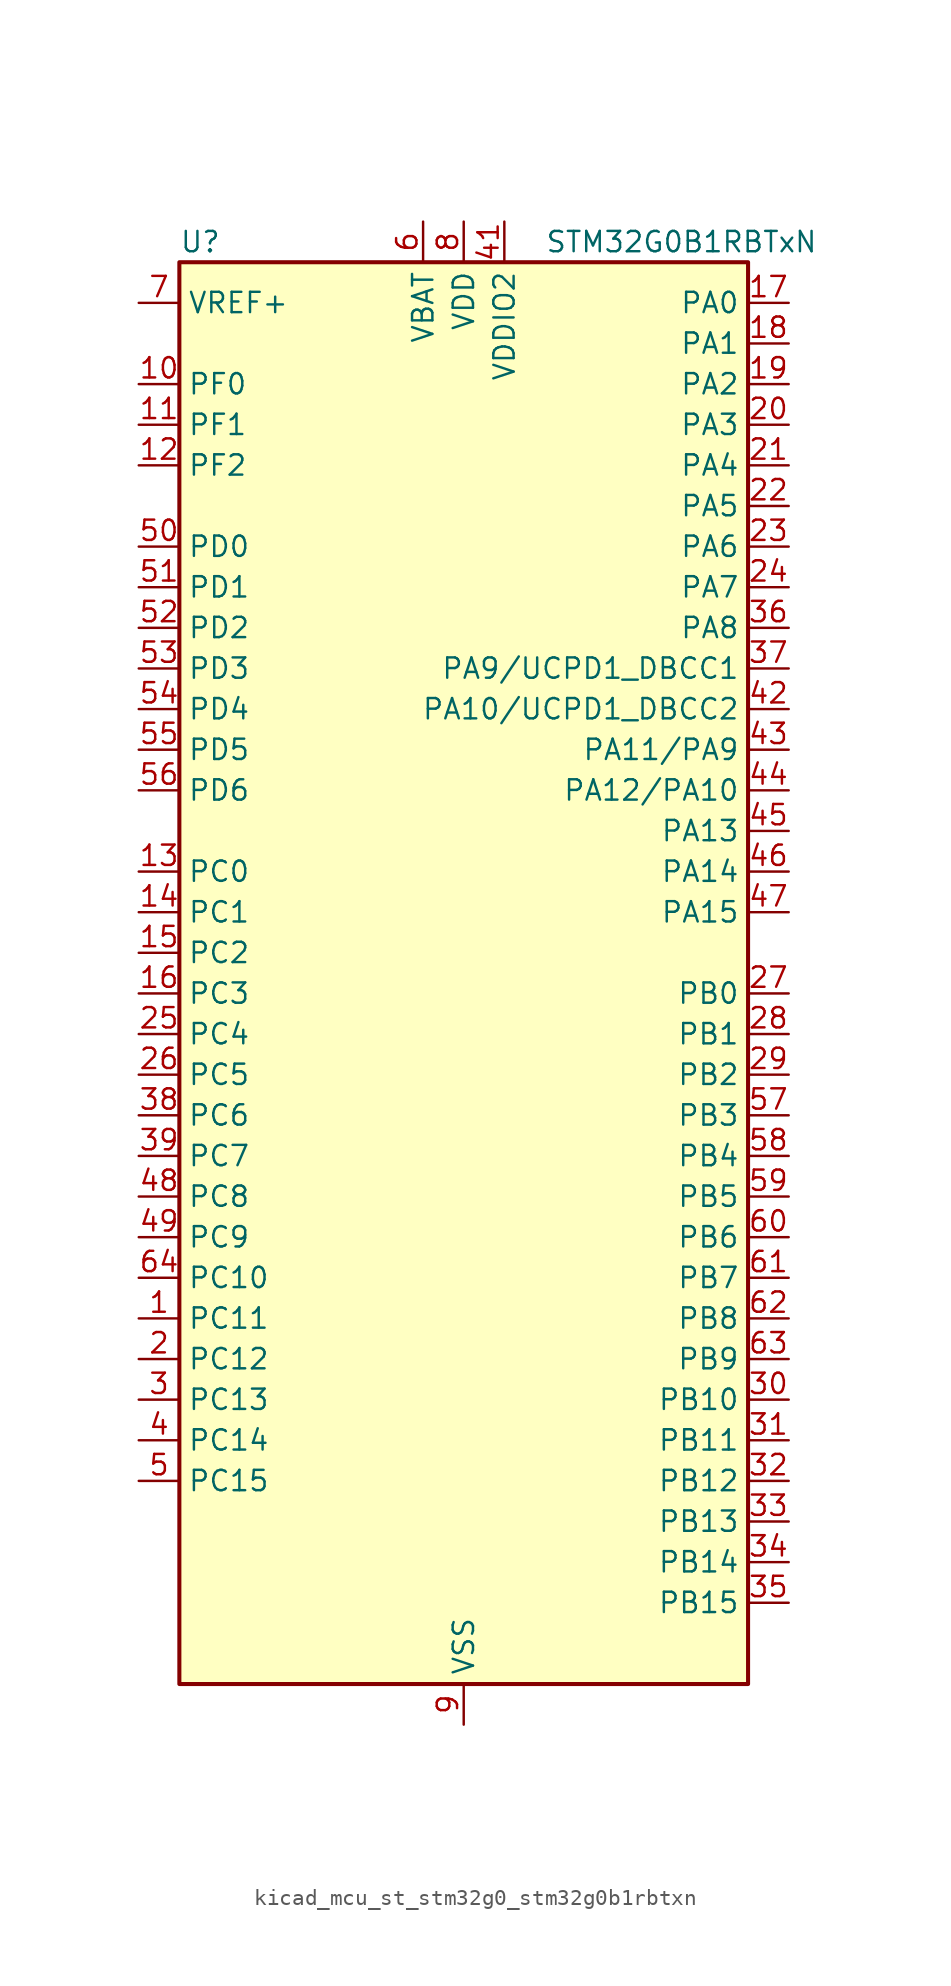
<source format=kicad_sym>
(kicad_symbol_lib
  (version 20220914)
  (generator kicad_symbol_editor)
  (symbol "kicad_mcu_st_stm32g0_stm32g0b1rbtxn"
    (property "Reference" "U"
      (at -17.78 46.99 0)
      (effects (font (size 1.27 1.27)) (justify left)))
    (property "Value" "STM32G0B1RBTxN"
      (at 5.08 46.99 0)
      (effects (font (size 1.27 1.27)) (justify left)))
    (property "ki_locked" ""
      (at 0 0 0)
      (effects (font (size 1.27 1.27))))
    (symbol "kicad_mcu_st_stm32g0_stm32g0b1rbtxn_0_1"
      (rectangle (start -17.78 -43.18) (end 17.78 45.72) (stroke (width 0.254) (type default)) (fill (type background))))
    (symbol "kicad_mcu_st_stm32g0_stm32g0b1rbtxn_1_1"
      (pin bidirectional line (at -20.32 -20.32 0) (length 2.54) (name "PC11" (effects (font (size 1.27 1.27)))) (number "1" (effects (font (size 1.27 1.27)))) (alternate "ADC1_EXTI11" bidirectional line) (alternate "SPI3_MISO" bidirectional line) (alternate "TIM1_CH4" bidirectional line) (alternate "USART3_RX" bidirectional line) (alternate "USART4_RX" bidirectional line))
      (pin bidirectional line (at -20.32 38.1 0) (length 2.54) (name "PF0" (effects (font (size 1.27 1.27)))) (number "10" (effects (font (size 1.27 1.27)))) (alternate "CRS1_SYNC" bidirectional line) (alternate "RCC_OSC_IN" bidirectional line) (alternate "TIM14_CH1" bidirectional line))
      (pin bidirectional line (at -20.32 35.56 0) (length 2.54) (name "PF1" (effects (font (size 1.27 1.27)))) (number "11" (effects (font (size 1.27 1.27)))) (alternate "RCC_OSC_EN" bidirectional line) (alternate "RCC_OSC_OUT" bidirectional line) (alternate "TIM15_CH1N" bidirectional line))
      (pin bidirectional line (at -20.32 33.02 0) (length 2.54) (name "PF2" (effects (font (size 1.27 1.27)))) (number "12" (effects (font (size 1.27 1.27)))) (alternate "LPUART2_DE" bidirectional line) (alternate "LPUART2_RTS" bidirectional line) (alternate "LPUART2_TX" bidirectional line) (alternate "RCC_MCO" bidirectional line))
      (pin bidirectional line (at -20.32 7.62 0) (length 2.54) (name "PC0" (effects (font (size 1.27 1.27)))) (number "13" (effects (font (size 1.27 1.27)))) (alternate "COMP3_INM" bidirectional line) (alternate "COMP3_OUT" bidirectional line) (alternate "I2C3_SCL" bidirectional line) (alternate "LPTIM1_IN1" bidirectional line) (alternate "LPTIM2_IN1" bidirectional line) (alternate "LPUART1_RX" bidirectional line) (alternate "LPUART2_TX" bidirectional line) (alternate "USART6_TX" bidirectional line))
      (pin bidirectional line (at -20.32 5.08 0) (length 2.54) (name "PC1" (effects (font (size 1.27 1.27)))) (number "14" (effects (font (size 1.27 1.27)))) (alternate "COMP3_INP" bidirectional line) (alternate "I2C3_SDA" bidirectional line) (alternate "LPTIM1_OUT" bidirectional line) (alternate "LPUART1_TX" bidirectional line) (alternate "LPUART2_RX" bidirectional line) (alternate "TIM15_CH1" bidirectional line) (alternate "USART6_RX" bidirectional line))
      (pin bidirectional line (at -20.32 2.54 0) (length 2.54) (name "PC2" (effects (font (size 1.27 1.27)))) (number "15" (effects (font (size 1.27 1.27)))) (alternate "COMP3_OUT" bidirectional line) (alternate "FDCAN2_RX" bidirectional line) (alternate "I2S2_MCK" bidirectional line) (alternate "LPTIM1_IN2" bidirectional line) (alternate "SPI2_MISO" bidirectional line) (alternate "TIM15_CH2" bidirectional line))
      (pin bidirectional line (at -20.32 0 0) (length 2.54) (name "PC3" (effects (font (size 1.27 1.27)))) (number "16" (effects (font (size 1.27 1.27)))) (alternate "FDCAN2_TX" bidirectional line) (alternate "I2S2_SD" bidirectional line) (alternate "LPTIM1_ETR" bidirectional line) (alternate "LPTIM2_ETR" bidirectional line) (alternate "SPI2_MOSI" bidirectional line))
      (pin bidirectional line (at 20.32 43.18 180) (length 2.54) (name "PA0" (effects (font (size 1.27 1.27)))) (number "17" (effects (font (size 1.27 1.27)))) (alternate "ADC1_IN0" bidirectional line) (alternate "COMP1_INM" bidirectional line) (alternate "COMP1_OUT" bidirectional line) (alternate "I2S2_CK" bidirectional line) (alternate "LPTIM1_OUT" bidirectional line) (alternate "RTC_TAMP_IN2" bidirectional line) (alternate "SPI2_SCK" bidirectional line) (alternate "SYS_WKUP1" bidirectional line) (alternate "TIM2_CH1" bidirectional line) (alternate "TIM2_ETR" bidirectional line) (alternate "UCPD2_FRSTX1" bidirectional line) (alternate "UCPD2_FRSTX2" bidirectional line) (alternate "USART2_CTS" bidirectional line) (alternate "USART2_NSS" bidirectional line) (alternate "USART4_TX" bidirectional line))
      (pin bidirectional line (at 20.32 40.64 180) (length 2.54) (name "PA1" (effects (font (size 1.27 1.27)))) (number "18" (effects (font (size 1.27 1.27)))) (alternate "ADC1_IN1" bidirectional line) (alternate "COMP1_INP" bidirectional line) (alternate "I2C1_SMBA" bidirectional line) (alternate "I2S1_CK" bidirectional line) (alternate "SPI1_SCK" bidirectional line) (alternate "TIM15_CH1N" bidirectional line) (alternate "TIM2_CH2" bidirectional line) (alternate "USART2_CK" bidirectional line) (alternate "USART2_DE" bidirectional line) (alternate "USART2_RTS" bidirectional line) (alternate "USART4_RX" bidirectional line))
      (pin bidirectional line (at 20.32 38.1 180) (length 2.54) (name "PA2" (effects (font (size 1.27 1.27)))) (number "19" (effects (font (size 1.27 1.27)))) (alternate "ADC1_IN2" bidirectional line) (alternate "COMP2_INM" bidirectional line) (alternate "COMP2_OUT" bidirectional line) (alternate "I2S1_SD" bidirectional line) (alternate "LPUART1_TX" bidirectional line) (alternate "RCC_LSCO" bidirectional line) (alternate "SPI1_MOSI" bidirectional line) (alternate "SYS_WKUP4" bidirectional line) (alternate "TIM15_CH1" bidirectional line) (alternate "TIM2_CH3" bidirectional line) (alternate "UCPD1_FRSTX1" bidirectional line) (alternate "UCPD1_FRSTX2" bidirectional line) (alternate "USART2_TX" bidirectional line))
      (pin bidirectional line (at -20.32 -22.86 0) (length 2.54) (name "PC12" (effects (font (size 1.27 1.27)))) (number "2" (effects (font (size 1.27 1.27)))) (alternate "LPTIM1_IN1" bidirectional line) (alternate "SPI3_MOSI" bidirectional line) (alternate "TIM14_CH1" bidirectional line) (alternate "UCPD1_FRSTX1" bidirectional line) (alternate "UCPD1_FRSTX2" bidirectional line) (alternate "USART5_TX" bidirectional line))
      (pin bidirectional line (at 20.32 35.56 180) (length 2.54) (name "PA3" (effects (font (size 1.27 1.27)))) (number "20" (effects (font (size 1.27 1.27)))) (alternate "ADC1_IN3" bidirectional line) (alternate "COMP2_INP" bidirectional line) (alternate "I2S2_MCK" bidirectional line) (alternate "LPUART1_RX" bidirectional line) (alternate "SPI2_MISO" bidirectional line) (alternate "TIM15_CH2" bidirectional line) (alternate "TIM2_CH4" bidirectional line) (alternate "UCPD2_FRSTX1" bidirectional line) (alternate "UCPD2_FRSTX2" bidirectional line) (alternate "USART2_RX" bidirectional line))
      (pin bidirectional line (at 20.32 33.02 180) (length 2.54) (name "PA4" (effects (font (size 1.27 1.27)))) (number "21" (effects (font (size 1.27 1.27)))) (alternate "ADC1_IN4" bidirectional line) (alternate "DAC1_OUT1" bidirectional line) (alternate "I2S1_WS" bidirectional line) (alternate "I2S2_SD" bidirectional line) (alternate "LPTIM2_OUT" bidirectional line) (alternate "RTC_OUT2" bidirectional line) (alternate "SPI1_NSS" bidirectional line) (alternate "SPI2_MOSI" bidirectional line) (alternate "SPI3_NSS" bidirectional line) (alternate "TIM14_CH1" bidirectional line) (alternate "UCPD2_FRSTX1" bidirectional line) (alternate "UCPD2_FRSTX2" bidirectional line) (alternate "USART6_TX" bidirectional line) (alternate "USB_NOE" bidirectional line))
      (pin bidirectional line (at 20.32 30.48 180) (length 2.54) (name "PA5" (effects (font (size 1.27 1.27)))) (number "22" (effects (font (size 1.27 1.27)))) (alternate "ADC1_IN5" bidirectional line) (alternate "CEC" bidirectional line) (alternate "DAC1_OUT2" bidirectional line) (alternate "I2S1_CK" bidirectional line) (alternate "LPTIM2_ETR" bidirectional line) (alternate "SPI1_SCK" bidirectional line) (alternate "TIM2_CH1" bidirectional line) (alternate "TIM2_ETR" bidirectional line) (alternate "UCPD1_FRSTX1" bidirectional line) (alternate "UCPD1_FRSTX2" bidirectional line) (alternate "USART3_TX" bidirectional line) (alternate "USART6_RX" bidirectional line))
      (pin bidirectional line (at 20.32 27.94 180) (length 2.54) (name "PA6" (effects (font (size 1.27 1.27)))) (number "23" (effects (font (size 1.27 1.27)))) (alternate "ADC1_IN6" bidirectional line) (alternate "COMP1_OUT" bidirectional line) (alternate "I2C2_SDA" bidirectional line) (alternate "I2C3_SDA" bidirectional line) (alternate "I2S1_MCK" bidirectional line) (alternate "LPUART1_CTS" bidirectional line) (alternate "SPI1_MISO" bidirectional line) (alternate "TIM16_CH1" bidirectional line) (alternate "TIM1_BK" bidirectional line) (alternate "TIM3_CH1" bidirectional line) (alternate "USART3_CTS" bidirectional line) (alternate "USART3_NSS" bidirectional line) (alternate "USART6_CTS" bidirectional line) (alternate "USART6_NSS" bidirectional line))
      (pin bidirectional line (at 20.32 25.4 180) (length 2.54) (name "PA7" (effects (font (size 1.27 1.27)))) (number "24" (effects (font (size 1.27 1.27)))) (alternate "ADC1_IN7" bidirectional line) (alternate "COMP2_OUT" bidirectional line) (alternate "I2C2_SCL" bidirectional line) (alternate "I2C3_SCL" bidirectional line) (alternate "I2S1_SD" bidirectional line) (alternate "SPI1_MOSI" bidirectional line) (alternate "TIM14_CH1" bidirectional line) (alternate "TIM17_CH1" bidirectional line) (alternate "TIM1_CH1N" bidirectional line) (alternate "TIM3_CH2" bidirectional line) (alternate "UCPD1_FRSTX1" bidirectional line) (alternate "UCPD1_FRSTX2" bidirectional line) (alternate "USART6_CK" bidirectional line) (alternate "USART6_DE" bidirectional line) (alternate "USART6_RTS" bidirectional line))
      (pin bidirectional line (at -20.32 -2.54 0) (length 2.54) (name "PC4" (effects (font (size 1.27 1.27)))) (number "25" (effects (font (size 1.27 1.27)))) (alternate "ADC1_IN17" bidirectional line) (alternate "COMP1_INM" bidirectional line) (alternate "FDCAN1_RX" bidirectional line) (alternate "TIM2_CH1" bidirectional line) (alternate "TIM2_ETR" bidirectional line) (alternate "USART1_TX" bidirectional line) (alternate "USART3_TX" bidirectional line))
      (pin bidirectional line (at -20.32 -5.08 0) (length 2.54) (name "PC5" (effects (font (size 1.27 1.27)))) (number "26" (effects (font (size 1.27 1.27)))) (alternate "ADC1_IN18" bidirectional line) (alternate "COMP1_INP" bidirectional line) (alternate "FDCAN1_TX" bidirectional line) (alternate "SYS_WKUP5" bidirectional line) (alternate "TIM2_CH2" bidirectional line) (alternate "USART1_RX" bidirectional line) (alternate "USART3_RX" bidirectional line))
      (pin bidirectional line (at 20.32 0 180) (length 2.54) (name "PB0" (effects (font (size 1.27 1.27)))) (number "27" (effects (font (size 1.27 1.27)))) (alternate "ADC1_IN8" bidirectional line) (alternate "COMP1_OUT" bidirectional line) (alternate "COMP3_INP" bidirectional line) (alternate "FDCAN2_RX" bidirectional line) (alternate "I2S1_WS" bidirectional line) (alternate "LPTIM1_OUT" bidirectional line) (alternate "LPUART2_CTS" bidirectional line) (alternate "SPI1_NSS" bidirectional line) (alternate "TIM1_CH2N" bidirectional line) (alternate "TIM3_CH3" bidirectional line) (alternate "UCPD1_FRSTX1" bidirectional line) (alternate "UCPD1_FRSTX2" bidirectional line) (alternate "USART3_RX" bidirectional line) (alternate "USART5_TX" bidirectional line))
      (pin bidirectional line (at 20.32 -2.54 180) (length 2.54) (name "PB1" (effects (font (size 1.27 1.27)))) (number "28" (effects (font (size 1.27 1.27)))) (alternate "ADC1_IN9" bidirectional line) (alternate "COMP1_INM" bidirectional line) (alternate "COMP3_OUT" bidirectional line) (alternate "FDCAN2_TX" bidirectional line) (alternate "LPTIM2_IN1" bidirectional line) (alternate "LPUART1_DE" bidirectional line) (alternate "LPUART1_RTS" bidirectional line) (alternate "LPUART2_DE" bidirectional line) (alternate "LPUART2_RTS" bidirectional line) (alternate "TIM14_CH1" bidirectional line) (alternate "TIM1_CH3N" bidirectional line) (alternate "TIM3_CH4" bidirectional line) (alternate "USART3_CK" bidirectional line) (alternate "USART3_DE" bidirectional line) (alternate "USART3_RTS" bidirectional line) (alternate "USART5_RX" bidirectional line))
      (pin bidirectional line (at 20.32 -5.08 180) (length 2.54) (name "PB2" (effects (font (size 1.27 1.27)))) (number "29" (effects (font (size 1.27 1.27)))) (alternate "ADC1_IN10" bidirectional line) (alternate "COMP1_INP" bidirectional line) (alternate "COMP3_INM" bidirectional line) (alternate "I2S2_MCK" bidirectional line) (alternate "LPTIM1_OUT" bidirectional line) (alternate "RCC_MCO_2" bidirectional line) (alternate "SPI2_MISO" bidirectional line) (alternate "USART3_TX" bidirectional line))
      (pin bidirectional line (at -20.32 -25.4 0) (length 2.54) (name "PC13" (effects (font (size 1.27 1.27)))) (number "3" (effects (font (size 1.27 1.27)))) (alternate "RTC_OUT1" bidirectional line) (alternate "RTC_TAMP_IN1" bidirectional line) (alternate "RTC_TS" bidirectional line) (alternate "SYS_WKUP2" bidirectional line) (alternate "TIM1_BK" bidirectional line))
      (pin bidirectional line (at 20.32 -25.4 180) (length 2.54) (name "PB10" (effects (font (size 1.27 1.27)))) (number "30" (effects (font (size 1.27 1.27)))) (alternate "ADC1_IN11" bidirectional line) (alternate "CEC" bidirectional line) (alternate "COMP1_OUT" bidirectional line) (alternate "I2C2_SCL" bidirectional line) (alternate "I2S2_CK" bidirectional line) (alternate "LPUART1_RX" bidirectional line) (alternate "SPI2_SCK" bidirectional line) (alternate "TIM2_CH3" bidirectional line) (alternate "USART3_TX" bidirectional line))
      (pin bidirectional line (at 20.32 -27.94 180) (length 2.54) (name "PB11" (effects (font (size 1.27 1.27)))) (number "31" (effects (font (size 1.27 1.27)))) (alternate "ADC1_EXTI11" bidirectional line) (alternate "ADC1_IN15" bidirectional line) (alternate "COMP2_OUT" bidirectional line) (alternate "I2C2_SDA" bidirectional line) (alternate "I2S2_SD" bidirectional line) (alternate "LPUART1_TX" bidirectional line) (alternate "SPI2_MOSI" bidirectional line) (alternate "TIM2_CH4" bidirectional line) (alternate "USART3_RX" bidirectional line))
      (pin bidirectional line (at 20.32 -30.48 180) (length 2.54) (name "PB12" (effects (font (size 1.27 1.27)))) (number "32" (effects (font (size 1.27 1.27)))) (alternate "ADC1_IN16" bidirectional line) (alternate "FDCAN2_RX" bidirectional line) (alternate "I2C2_SMBA" bidirectional line) (alternate "I2S2_WS" bidirectional line) (alternate "LPUART1_DE" bidirectional line) (alternate "LPUART1_RTS" bidirectional line) (alternate "SPI2_NSS" bidirectional line) (alternate "TIM15_BK" bidirectional line) (alternate "TIM1_BK" bidirectional line) (alternate "UCPD2_FRSTX1" bidirectional line) (alternate "UCPD2_FRSTX2" bidirectional line))
      (pin bidirectional line (at 20.32 -33.02 180) (length 2.54) (name "PB13" (effects (font (size 1.27 1.27)))) (number "33" (effects (font (size 1.27 1.27)))) (alternate "FDCAN2_TX" bidirectional line) (alternate "I2C2_SCL" bidirectional line) (alternate "I2S2_CK" bidirectional line) (alternate "LPUART1_CTS" bidirectional line) (alternate "SPI2_SCK" bidirectional line) (alternate "TIM15_CH1N" bidirectional line) (alternate "TIM1_CH1N" bidirectional line) (alternate "USART3_CTS" bidirectional line) (alternate "USART3_NSS" bidirectional line))
      (pin bidirectional line (at 20.32 -35.56 180) (length 2.54) (name "PB14" (effects (font (size 1.27 1.27)))) (number "34" (effects (font (size 1.27 1.27)))) (alternate "I2C2_SDA" bidirectional line) (alternate "I2S2_MCK" bidirectional line) (alternate "SPI2_MISO" bidirectional line) (alternate "TIM15_CH1" bidirectional line) (alternate "TIM1_CH2N" bidirectional line) (alternate "UCPD1_FRSTX1" bidirectional line) (alternate "UCPD1_FRSTX2" bidirectional line) (alternate "USART3_CK" bidirectional line) (alternate "USART3_DE" bidirectional line) (alternate "USART3_RTS" bidirectional line) (alternate "USART6_CK" bidirectional line) (alternate "USART6_DE" bidirectional line) (alternate "USART6_RTS" bidirectional line))
      (pin bidirectional line (at 20.32 -38.1 180) (length 2.54) (name "PB15" (effects (font (size 1.27 1.27)))) (number "35" (effects (font (size 1.27 1.27)))) (alternate "I2S2_SD" bidirectional line) (alternate "RTC_REFIN" bidirectional line) (alternate "SPI2_MOSI" bidirectional line) (alternate "TIM15_CH1N" bidirectional line) (alternate "TIM15_CH2" bidirectional line) (alternate "TIM1_CH3N" bidirectional line) (alternate "UCPD1_CC2" bidirectional line) (alternate "USART6_CTS" bidirectional line) (alternate "USART6_NSS" bidirectional line))
      (pin bidirectional line (at 20.32 22.86 180) (length 2.54) (name "PA8" (effects (font (size 1.27 1.27)))) (number "36" (effects (font (size 1.27 1.27)))) (alternate "CRS1_SYNC" bidirectional line) (alternate "I2C2_SMBA" bidirectional line) (alternate "I2S2_WS" bidirectional line) (alternate "LPTIM2_OUT" bidirectional line) (alternate "RCC_MCO" bidirectional line) (alternate "SPI2_NSS" bidirectional line) (alternate "TIM1_CH1" bidirectional line) (alternate "UCPD1_CC1" bidirectional line))
      (pin bidirectional line (at 20.32 20.32 180) (length 2.54) (name "PA9/UCPD1_DBCC1" (effects (font (size 1.27 1.27)))) (number "37" (effects (font (size 1.27 1.27)))) (alternate "DAC1_EXTI9" bidirectional line) (alternate "I2C1_SCL" bidirectional line) (alternate "I2C2_SCL" bidirectional line) (alternate "I2S2_MCK" bidirectional line) (alternate "RCC_MCO" bidirectional line) (alternate "SPI2_MISO" bidirectional line) (alternate "TIM15_BK" bidirectional line) (alternate "TIM1_CH2" bidirectional line) (alternate "UCPD1_DBCC1" bidirectional line) (alternate "USART1_TX" bidirectional line))
      (pin bidirectional line (at -20.32 -7.62 0) (length 2.54) (name "PC6" (effects (font (size 1.27 1.27)))) (number "38" (effects (font (size 1.27 1.27)))) (alternate "LPUART2_TX" bidirectional line) (alternate "TIM2_CH3" bidirectional line) (alternate "TIM3_CH1" bidirectional line) (alternate "UCPD1_FRSTX1" bidirectional line) (alternate "UCPD1_FRSTX2" bidirectional line))
      (pin bidirectional line (at -20.32 -10.16 0) (length 2.54) (name "PC7" (effects (font (size 1.27 1.27)))) (number "39" (effects (font (size 1.27 1.27)))) (alternate "LPUART2_RX" bidirectional line) (alternate "TIM2_CH4" bidirectional line) (alternate "TIM3_CH2" bidirectional line) (alternate "UCPD2_FRSTX1" bidirectional line) (alternate "UCPD2_FRSTX2" bidirectional line))
      (pin bidirectional line (at -20.32 -27.94 0) (length 2.54) (name "PC14" (effects (font (size 1.27 1.27)))) (number "4" (effects (font (size 1.27 1.27)))) (alternate "RCC_OSC32_IN" bidirectional line) (alternate "TIM1_BK2" bidirectional line))
      (pin passive line (at 0 -45.72 90) (length 2.54) hide (name "VSS" (effects (font (size 1.27 1.27)))) (number "40" (effects (font (size 1.27 1.27)))))
      (pin power_in line (at 2.54 48.26 270) (length 2.54) (name "VDDIO2" (effects (font (size 1.27 1.27)))) (number "41" (effects (font (size 1.27 1.27)))))
      (pin bidirectional line (at 20.32 17.78 180) (length 2.54) (name "PA10/UCPD1_DBCC2" (effects (font (size 1.27 1.27)))) (number "42" (effects (font (size 1.27 1.27)))) (alternate "I2C1_SDA" bidirectional line) (alternate "I2C2_SDA" bidirectional line) (alternate "I2S2_SD" bidirectional line) (alternate "RCC_MCO_2" bidirectional line) (alternate "SPI2_MOSI" bidirectional line) (alternate "TIM17_BK" bidirectional line) (alternate "TIM1_CH3" bidirectional line) (alternate "UCPD1_DBCC2" bidirectional line) (alternate "USART1_RX" bidirectional line))
      (pin bidirectional line (at 20.32 15.24 180) (length 2.54) (name "PA11/PA9" (effects (font (size 1.27 1.27)))) (number "43" (effects (font (size 1.27 1.27)))) (alternate "ADC1_EXTI11" bidirectional line) (alternate "COMP1_OUT" bidirectional line) (alternate "FDCAN1_RX" bidirectional line) (alternate "I2C2_SCL" bidirectional line) (alternate "I2S1_MCK" bidirectional line) (alternate "SPI1_MISO" bidirectional line) (alternate "TIM1_BK2" bidirectional line) (alternate "TIM1_CH4" bidirectional line) (alternate "USART1_CTS" bidirectional line) (alternate "USART1_NSS" bidirectional line) (alternate "USB_DM" bidirectional line))
      (pin bidirectional line (at 20.32 12.7 180) (length 2.54) (name "PA12/PA10" (effects (font (size 1.27 1.27)))) (number "44" (effects (font (size 1.27 1.27)))) (alternate "COMP2_OUT" bidirectional line) (alternate "FDCAN1_TX" bidirectional line) (alternate "I2C2_SDA" bidirectional line) (alternate "I2S1_SD" bidirectional line) (alternate "I2S_CKIN" bidirectional line) (alternate "SPI1_MOSI" bidirectional line) (alternate "TIM1_ETR" bidirectional line) (alternate "USART1_CK" bidirectional line) (alternate "USART1_DE" bidirectional line) (alternate "USART1_RTS" bidirectional line) (alternate "USB_DP" bidirectional line))
      (pin bidirectional line (at 20.32 10.16 180) (length 2.54) (name "PA13" (effects (font (size 1.27 1.27)))) (number "45" (effects (font (size 1.27 1.27)))) (alternate "IR_OUT" bidirectional line) (alternate "LPUART2_RX" bidirectional line) (alternate "SYS_SWDIO" bidirectional line) (alternate "USB_NOE" bidirectional line))
      (pin bidirectional line (at 20.32 7.62 180) (length 2.54) (name "PA14" (effects (font (size 1.27 1.27)))) (number "46" (effects (font (size 1.27 1.27)))) (alternate "LPUART2_TX" bidirectional line) (alternate "SYS_SWCLK" bidirectional line) (alternate "USART2_TX" bidirectional line))
      (pin bidirectional line (at 20.32 5.08 180) (length 2.54) (name "PA15" (effects (font (size 1.27 1.27)))) (number "47" (effects (font (size 1.27 1.27)))) (alternate "I2C2_SMBA" bidirectional line) (alternate "I2S1_WS" bidirectional line) (alternate "RCC_MCO_2" bidirectional line) (alternate "SPI1_NSS" bidirectional line) (alternate "SPI3_NSS" bidirectional line) (alternate "TIM2_CH1" bidirectional line) (alternate "TIM2_ETR" bidirectional line) (alternate "USART2_RX" bidirectional line) (alternate "USART3_CK" bidirectional line) (alternate "USART3_DE" bidirectional line) (alternate "USART3_RTS" bidirectional line) (alternate "USART4_CK" bidirectional line) (alternate "USART4_DE" bidirectional line) (alternate "USART4_RTS" bidirectional line) (alternate "USB_NOE" bidirectional line))
      (pin bidirectional line (at -20.32 -12.7 0) (length 2.54) (name "PC8" (effects (font (size 1.27 1.27)))) (number "48" (effects (font (size 1.27 1.27)))) (alternate "LPUART2_CTS" bidirectional line) (alternate "TIM1_CH1" bidirectional line) (alternate "TIM3_CH3" bidirectional line) (alternate "UCPD2_FRSTX1" bidirectional line) (alternate "UCPD2_FRSTX2" bidirectional line))
      (pin bidirectional line (at -20.32 -15.24 0) (length 2.54) (name "PC9" (effects (font (size 1.27 1.27)))) (number "49" (effects (font (size 1.27 1.27)))) (alternate "DAC1_EXTI9" bidirectional line) (alternate "I2S_CKIN" bidirectional line) (alternate "LPUART2_DE" bidirectional line) (alternate "LPUART2_RTS" bidirectional line) (alternate "TIM1_CH2" bidirectional line) (alternate "TIM3_CH4" bidirectional line) (alternate "USB_NOE" bidirectional line))
      (pin bidirectional line (at -20.32 -30.48 0) (length 2.54) (name "PC15" (effects (font (size 1.27 1.27)))) (number "5" (effects (font (size 1.27 1.27)))) (alternate "RCC_OSC32_EN" bidirectional line) (alternate "RCC_OSC32_OUT" bidirectional line) (alternate "RCC_OSC_EN" bidirectional line) (alternate "TIM15_BK" bidirectional line))
      (pin bidirectional line (at -20.32 27.94 0) (length 2.54) (name "PD0" (effects (font (size 1.27 1.27)))) (number "50" (effects (font (size 1.27 1.27)))) (alternate "FDCAN1_RX" bidirectional line) (alternate "I2S2_WS" bidirectional line) (alternate "SPI2_NSS" bidirectional line) (alternate "TIM16_CH1" bidirectional line) (alternate "UCPD2_CC1" bidirectional line))
      (pin bidirectional line (at -20.32 25.4 0) (length 2.54) (name "PD1" (effects (font (size 1.27 1.27)))) (number "51" (effects (font (size 1.27 1.27)))) (alternate "FDCAN1_TX" bidirectional line) (alternate "I2S2_CK" bidirectional line) (alternate "SPI2_SCK" bidirectional line) (alternate "TIM17_CH1" bidirectional line) (alternate "UCPD2_DBCC1" bidirectional line))
      (pin bidirectional line (at -20.32 22.86 0) (length 2.54) (name "PD2" (effects (font (size 1.27 1.27)))) (number "52" (effects (font (size 1.27 1.27)))) (alternate "TIM1_CH1N" bidirectional line) (alternate "TIM3_ETR" bidirectional line) (alternate "UCPD2_CC2" bidirectional line) (alternate "USART3_CK" bidirectional line) (alternate "USART3_DE" bidirectional line) (alternate "USART3_RTS" bidirectional line) (alternate "USART5_RX" bidirectional line))
      (pin bidirectional line (at -20.32 20.32 0) (length 2.54) (name "PD3" (effects (font (size 1.27 1.27)))) (number "53" (effects (font (size 1.27 1.27)))) (alternate "I2S2_MCK" bidirectional line) (alternate "SPI2_MISO" bidirectional line) (alternate "TIM1_CH2N" bidirectional line) (alternate "UCPD2_DBCC2" bidirectional line) (alternate "USART2_CTS" bidirectional line) (alternate "USART2_NSS" bidirectional line) (alternate "USART5_TX" bidirectional line))
      (pin bidirectional line (at -20.32 17.78 0) (length 2.54) (name "PD4" (effects (font (size 1.27 1.27)))) (number "54" (effects (font (size 1.27 1.27)))) (alternate "I2S2_SD" bidirectional line) (alternate "SPI2_MOSI" bidirectional line) (alternate "TIM1_CH3N" bidirectional line) (alternate "USART2_CK" bidirectional line) (alternate "USART2_DE" bidirectional line) (alternate "USART2_RTS" bidirectional line) (alternate "USART5_CK" bidirectional line) (alternate "USART5_DE" bidirectional line) (alternate "USART5_RTS" bidirectional line))
      (pin bidirectional line (at -20.32 15.24 0) (length 2.54) (name "PD5" (effects (font (size 1.27 1.27)))) (number "55" (effects (font (size 1.27 1.27)))) (alternate "I2S1_MCK" bidirectional line) (alternate "SPI1_MISO" bidirectional line) (alternate "TIM1_BK" bidirectional line) (alternate "USART2_TX" bidirectional line) (alternate "USART5_CTS" bidirectional line) (alternate "USART5_NSS" bidirectional line))
      (pin bidirectional line (at -20.32 12.7 0) (length 2.54) (name "PD6" (effects (font (size 1.27 1.27)))) (number "56" (effects (font (size 1.27 1.27)))) (alternate "I2S1_SD" bidirectional line) (alternate "LPTIM2_OUT" bidirectional line) (alternate "SPI1_MOSI" bidirectional line) (alternate "USART2_RX" bidirectional line))
      (pin bidirectional line (at 20.32 -7.62 180) (length 2.54) (name "PB3" (effects (font (size 1.27 1.27)))) (number "57" (effects (font (size 1.27 1.27)))) (alternate "COMP2_INM" bidirectional line) (alternate "I2C2_SCL" bidirectional line) (alternate "I2C3_SCL" bidirectional line) (alternate "I2S1_CK" bidirectional line) (alternate "SPI1_SCK" bidirectional line) (alternate "SPI3_SCK" bidirectional line) (alternate "TIM1_CH2" bidirectional line) (alternate "TIM2_CH2" bidirectional line) (alternate "USART1_CK" bidirectional line) (alternate "USART1_DE" bidirectional line) (alternate "USART1_RTS" bidirectional line) (alternate "USART5_TX" bidirectional line))
      (pin bidirectional line (at 20.32 -10.16 180) (length 2.54) (name "PB4" (effects (font (size 1.27 1.27)))) (number "58" (effects (font (size 1.27 1.27)))) (alternate "COMP2_INP" bidirectional line) (alternate "I2C2_SDA" bidirectional line) (alternate "I2C3_SDA" bidirectional line) (alternate "I2S1_MCK" bidirectional line) (alternate "SPI1_MISO" bidirectional line) (alternate "SPI3_MISO" bidirectional line) (alternate "TIM17_BK" bidirectional line) (alternate "TIM3_CH1" bidirectional line) (alternate "USART1_CTS" bidirectional line) (alternate "USART1_NSS" bidirectional line) (alternate "USART5_RX" bidirectional line))
      (pin bidirectional line (at 20.32 -12.7 180) (length 2.54) (name "PB5" (effects (font (size 1.27 1.27)))) (number "59" (effects (font (size 1.27 1.27)))) (alternate "COMP2_OUT" bidirectional line) (alternate "FDCAN2_RX" bidirectional line) (alternate "I2C1_SMBA" bidirectional line) (alternate "I2S1_SD" bidirectional line) (alternate "LPTIM1_IN1" bidirectional line) (alternate "SPI1_MOSI" bidirectional line) (alternate "SPI3_MOSI" bidirectional line) (alternate "SYS_WKUP6" bidirectional line) (alternate "TIM16_BK" bidirectional line) (alternate "TIM3_CH2" bidirectional line) (alternate "USART5_CK" bidirectional line) (alternate "USART5_DE" bidirectional line) (alternate "USART5_RTS" bidirectional line))
      (pin power_in line (at -2.54 48.26 270) (length 2.54) (name "VBAT" (effects (font (size 1.27 1.27)))) (number "6" (effects (font (size 1.27 1.27)))))
      (pin bidirectional line (at 20.32 -15.24 180) (length 2.54) (name "PB6" (effects (font (size 1.27 1.27)))) (number "60" (effects (font (size 1.27 1.27)))) (alternate "COMP2_INP" bidirectional line) (alternate "FDCAN2_TX" bidirectional line) (alternate "I2C1_SCL" bidirectional line) (alternate "I2S2_MCK" bidirectional line) (alternate "LPTIM1_ETR" bidirectional line) (alternate "LPUART2_TX" bidirectional line) (alternate "SPI2_MISO" bidirectional line) (alternate "TIM16_CH1N" bidirectional line) (alternate "TIM1_CH3" bidirectional line) (alternate "TIM4_CH1" bidirectional line) (alternate "USART1_TX" bidirectional line) (alternate "USART5_CTS" bidirectional line) (alternate "USART5_NSS" bidirectional line))
      (pin bidirectional line (at 20.32 -17.78 180) (length 2.54) (name "PB7" (effects (font (size 1.27 1.27)))) (number "61" (effects (font (size 1.27 1.27)))) (alternate "COMP2_INM" bidirectional line) (alternate "I2C1_SDA" bidirectional line) (alternate "I2S2_SD" bidirectional line) (alternate "LPTIM1_IN2" bidirectional line) (alternate "LPUART2_RX" bidirectional line) (alternate "SPI2_MOSI" bidirectional line) (alternate "SYS_PVD_IN" bidirectional line) (alternate "TIM17_CH1N" bidirectional line) (alternate "TIM4_CH2" bidirectional line) (alternate "USART1_RX" bidirectional line) (alternate "USART4_CTS" bidirectional line) (alternate "USART4_NSS" bidirectional line))
      (pin bidirectional line (at 20.32 -20.32 180) (length 2.54) (name "PB8" (effects (font (size 1.27 1.27)))) (number "62" (effects (font (size 1.27 1.27)))) (alternate "CEC" bidirectional line) (alternate "FDCAN1_RX" bidirectional line) (alternate "I2C1_SCL" bidirectional line) (alternate "I2S2_CK" bidirectional line) (alternate "SPI2_SCK" bidirectional line) (alternate "TIM15_BK" bidirectional line) (alternate "TIM16_CH1" bidirectional line) (alternate "TIM4_CH3" bidirectional line) (alternate "USART3_TX" bidirectional line) (alternate "USART6_TX" bidirectional line))
      (pin bidirectional line (at 20.32 -22.86 180) (length 2.54) (name "PB9" (effects (font (size 1.27 1.27)))) (number "63" (effects (font (size 1.27 1.27)))) (alternate "DAC1_EXTI9" bidirectional line) (alternate "FDCAN1_TX" bidirectional line) (alternate "I2C1_SDA" bidirectional line) (alternate "I2S2_WS" bidirectional line) (alternate "IR_OUT" bidirectional line) (alternate "SPI2_NSS" bidirectional line) (alternate "TIM17_CH1" bidirectional line) (alternate "TIM4_CH4" bidirectional line) (alternate "UCPD2_FRSTX1" bidirectional line) (alternate "UCPD2_FRSTX2" bidirectional line) (alternate "USART3_RX" bidirectional line) (alternate "USART6_RX" bidirectional line))
      (pin bidirectional line (at -20.32 -17.78 0) (length 2.54) (name "PC10" (effects (font (size 1.27 1.27)))) (number "64" (effects (font (size 1.27 1.27)))) (alternate "SPI3_SCK" bidirectional line) (alternate "TIM1_CH3" bidirectional line) (alternate "USART3_TX" bidirectional line) (alternate "USART4_TX" bidirectional line))
      (pin input line (at -20.32 43.18 0) (length 2.54) (name "VREF+" (effects (font (size 1.27 1.27)))) (number "7" (effects (font (size 1.27 1.27)))) (alternate "VREFBUF_OUT" bidirectional line))
      (pin power_in line (at 0 48.26 270) (length 2.54) (name "VDD" (effects (font (size 1.27 1.27)))) (number "8" (effects (font (size 1.27 1.27)))))
      (pin power_in line (at 0 -45.72 90) (length 2.54) (name "VSS" (effects (font (size 1.27 1.27)))) (number "9" (effects (font (size 1.27 1.27))))))))
</source>
